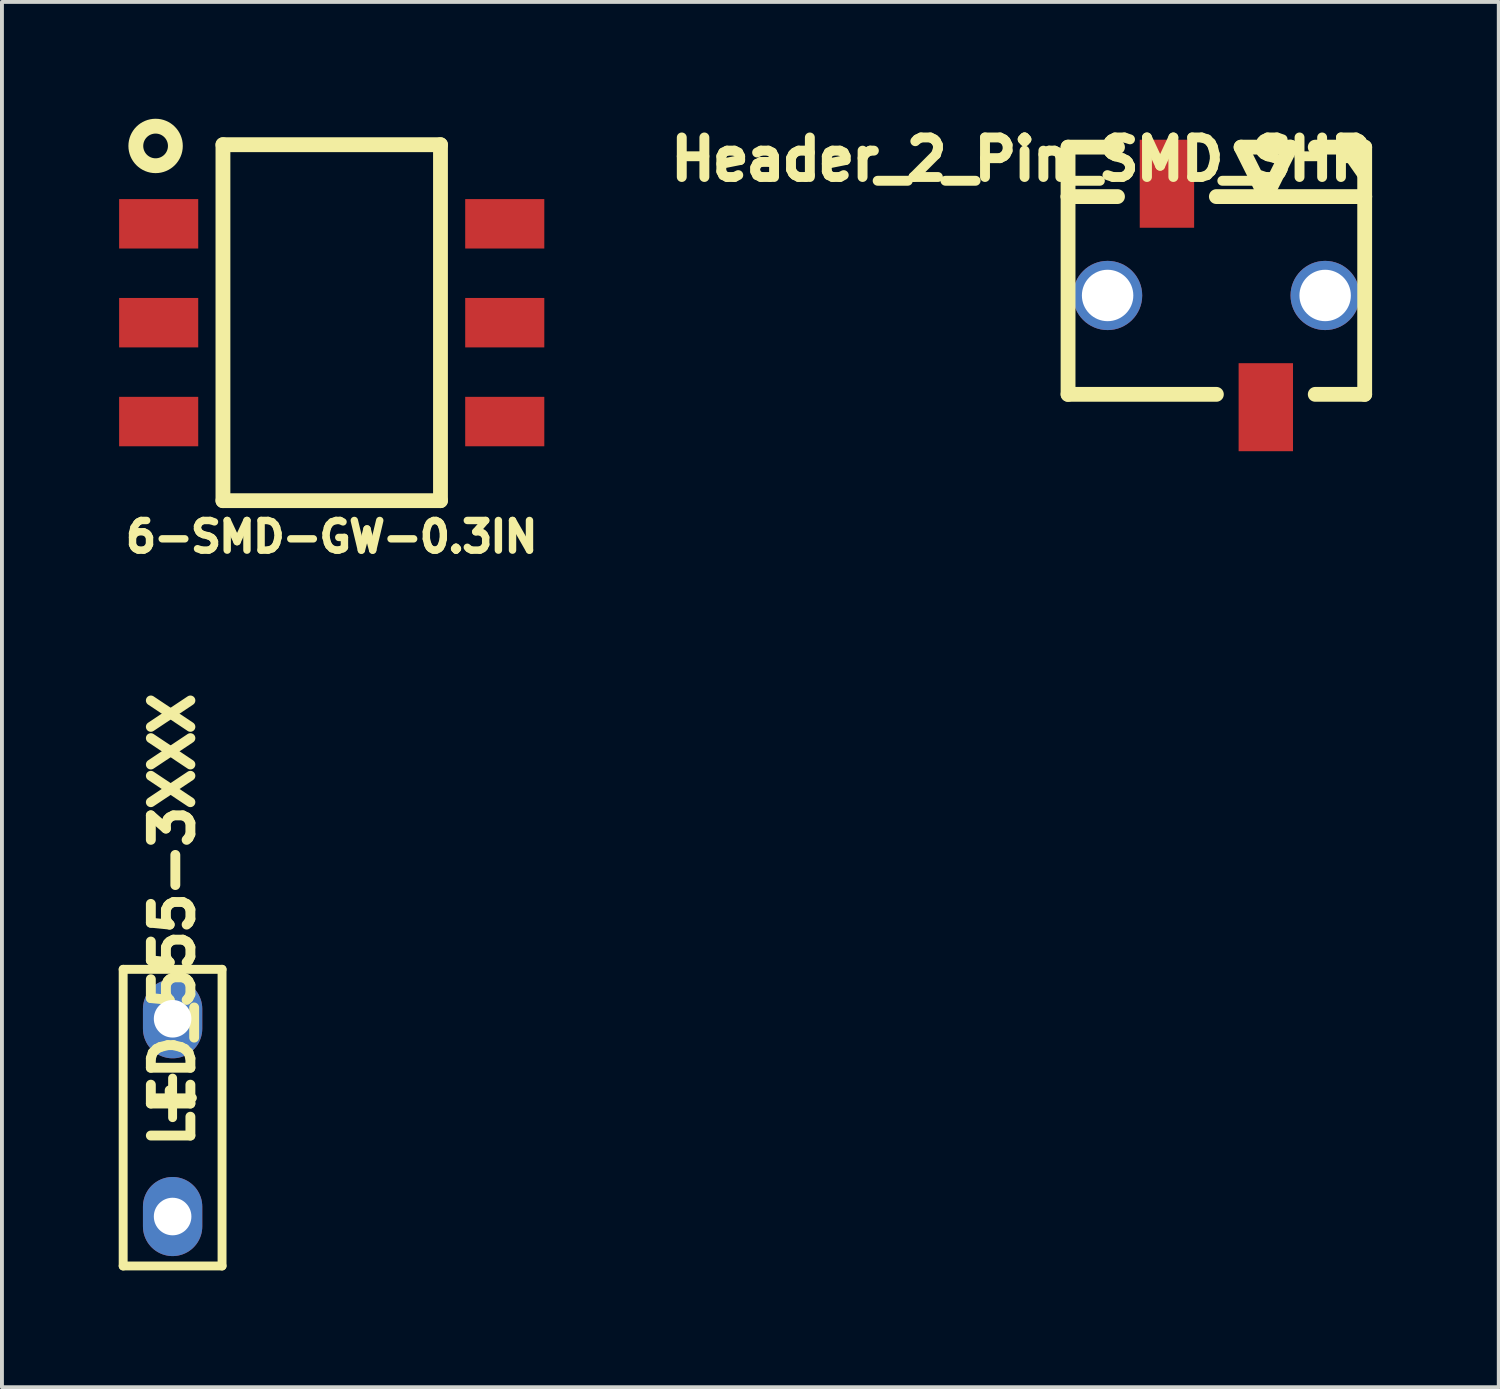
<source format=kicad_pcb>
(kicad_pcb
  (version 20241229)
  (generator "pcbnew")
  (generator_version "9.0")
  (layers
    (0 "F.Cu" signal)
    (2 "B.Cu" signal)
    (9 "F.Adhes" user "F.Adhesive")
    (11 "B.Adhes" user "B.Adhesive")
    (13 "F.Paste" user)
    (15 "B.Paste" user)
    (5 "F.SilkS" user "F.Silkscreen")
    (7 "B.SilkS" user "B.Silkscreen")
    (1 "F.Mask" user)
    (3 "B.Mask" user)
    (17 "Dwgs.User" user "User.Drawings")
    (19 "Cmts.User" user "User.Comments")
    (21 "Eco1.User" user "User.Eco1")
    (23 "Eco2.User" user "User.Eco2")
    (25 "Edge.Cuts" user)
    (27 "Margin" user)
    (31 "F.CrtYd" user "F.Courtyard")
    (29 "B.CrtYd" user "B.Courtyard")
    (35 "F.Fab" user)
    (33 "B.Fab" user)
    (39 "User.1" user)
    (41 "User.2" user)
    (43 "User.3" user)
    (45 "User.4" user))
  (footprint "Header_2_Pin_SMD_SHR"
    (layer "F.Cu")
    (at 28.196 4.54)
    (property "Reference" "Header_2_Pin_SMD_SHR" (at -5 -3.5 180) (layer "F.SilkS") (effects (font (size 1.016 1.016) (thickness 0.254))))
    (attr through_hole)
    (fp_line (start -3.81 -3.81) (end -2.54 -3.81) (stroke (width 0.381) (type solid)) (layer "F.SilkS"))
    (fp_line (start -3.81 -2.54) (end -3.81 -3.81) (stroke (width 0.381) (type solid)) (layer "F.SilkS"))
    (fp_line (start -3.81 -2.54) (end -3.81 2.54) (stroke (width 0.381) (type solid)) (layer "F.SilkS"))
    (fp_line (start -3.81 -2.54) (end -2.54 -2.54) (stroke (width 0.381) (type solid)) (layer "F.SilkS"))
    (fp_line (start -3.81 2.54) (end 0 2.54) (stroke (width 0.381) (type solid)) (layer "F.SilkS"))
    (fp_line (start 0 -2.54) (end 3.81 -2.54) (stroke (width 0.381) (type solid)) (layer "F.SilkS"))
    (fp_line (start 0.635 -3.81) (end 1.27 -2.54) (stroke (width 0.381) (type solid)) (layer "F.SilkS"))
    (fp_line (start 1.27 -2.54) (end 1.905 -3.81) (stroke (width 0.381) (type solid)) (layer "F.SilkS"))
    (fp_line (start 1.905 -3.81) (end 0.635 -3.81) (stroke (width 0.381) (type solid)) (layer "F.SilkS"))
    (fp_line (start 2.54 -3.81) (end 3.81 -3.81) (stroke (width 0.381) (type solid)) (layer "F.SilkS"))
    (fp_line (start 3.81 -3.81) (end 3.81 -2.54) (stroke (width 0.381) (type solid)) (layer "F.SilkS"))
    (fp_line (start 3.81 -2.54) (end 3.81 2.54) (stroke (width 0.381) (type solid)) (layer "F.SilkS"))
    (fp_line (start 3.81 2.54) (end 2.54 2.54) (stroke (width 0.381) (type solid)) (layer "F.SilkS"))
    (pad "" thru_hole circle (at -2.794 0) (size 1.778 1.778) (drill 1.321) (layers "*.Cu" "*.Mask"))
    (pad "" thru_hole circle (at 2.794 0) (size 1.778 1.778) (drill 1.321) (layers "*.Cu" "*.Mask"))
    (pad "1" smd rect (at 1.27 2.87) (size 1.397 2.261) (layers "F.Cu" "F.Mask" "F.Paste"))
    (pad "2" smd rect (at -1.27 -2.87) (size 1.397 2.261) (layers "F.Cu" "F.Mask" "F.Paste")))
  (footprint "6-SMD-GW-0.3IN"
    (layer "F.Cu")
    (at 5.471 5.239)
    (property "Reference" "6-SMD-GW-0.3IN" (at 0 5.5 0) (layer "F.SilkS") (effects (font (size 0.762 0.762) (thickness 0.191))))
    (attr through_hole)
    (fp_line (start -2.794 -4.572) (end -2.794 4.572) (stroke (width 0.381) (type solid)) (layer "F.SilkS"))
    (fp_line (start -2.794 4.572) (end 2.794 4.572) (stroke (width 0.381) (type solid)) (layer "F.SilkS"))
    (fp_line (start 2.794 -4.572) (end -2.794 -4.572) (stroke (width 0.381) (type solid)) (layer "F.SilkS"))
    (fp_line (start 2.794 4.572) (end 2.794 -4.572) (stroke (width 0.381) (type solid)) (layer "F.SilkS"))
    (fp_circle (center -4.524 -4.54) (end -4.524 -5.048) (stroke (width 0.381) (type solid)) (fill no) (layer "F.SilkS"))
    (pad "1" smd rect (at -4.445 -2.54) (size 2.032 1.27) (layers "F.Cu" "F.Mask" "F.Paste"))
    (pad "2" smd rect (at -4.445 0) (size 2.032 1.27) (layers "F.Cu" "F.Mask" "F.Paste"))
    (pad "3" smd rect (at -4.445 2.54) (size 2.032 1.27) (layers "F.Cu" "F.Mask" "F.Paste"))
    (pad "4" smd rect (at 4.445 2.54) (size 2.032 1.27) (layers "F.Cu" "F.Mask" "F.Paste"))
    (pad "5" smd rect (at 4.445 0) (size 2.032 1.27) (layers "F.Cu" "F.Mask" "F.Paste"))
    (pad "6" smd rect (at 4.445 -2.54) (size 2.032 1.27) (layers "F.Cu" "F.Mask" "F.Paste")))
  (footprint "LED_555-3XXX"
    (layer "F.Cu")
    (at 1.384 25.66)
    (property "Reference" "LED_555-3XXX" (at 0 -5.08 270) (layer "F.SilkS") (effects (font (size 1.016 1.016) (thickness 0.254))))
    (attr through_hole)
    (fp_line (start -1.27 -3.81) (end 1.27 -3.81) (stroke (width 0.229) (type solid)) (layer "F.SilkS"))
    (fp_line (start -1.27 3.81) (end -1.27 -3.81) (stroke (width 0.229) (type solid)) (layer "F.SilkS"))
    (fp_line (start -0.508 -0.508) (end 0.508 -0.508) (stroke (width 0.229) (type solid)) (layer "F.SilkS"))
    (fp_line (start 0 0) (end 0 -1.016) (stroke (width 0.229) (type solid)) (layer "F.SilkS"))
    (fp_line (start 1.27 -3.81) (end 1.27 3.81) (stroke (width 0.229) (type solid)) (layer "F.SilkS"))
    (fp_line (start 1.27 3.81) (end -1.27 3.81) (stroke (width 0.229) (type solid)) (layer "F.SilkS"))
    (pad "1" thru_hole oval (at 0 -2.54) (size 1.524 2.032) (drill 0.965) (layers "*.Cu" "*.Mask"))
    (pad "2" thru_hole oval (at 0 2.54) (size 1.524 2.032) (drill 0.965) (layers "*.Cu" "*.Mask")))
  (gr_rect
    (start -3 -3)
    (end 35.45 32.584)
    (stroke (width 0.1) (type default))
    (fill no)
    (layer "Edge.Cuts")))
</source>
